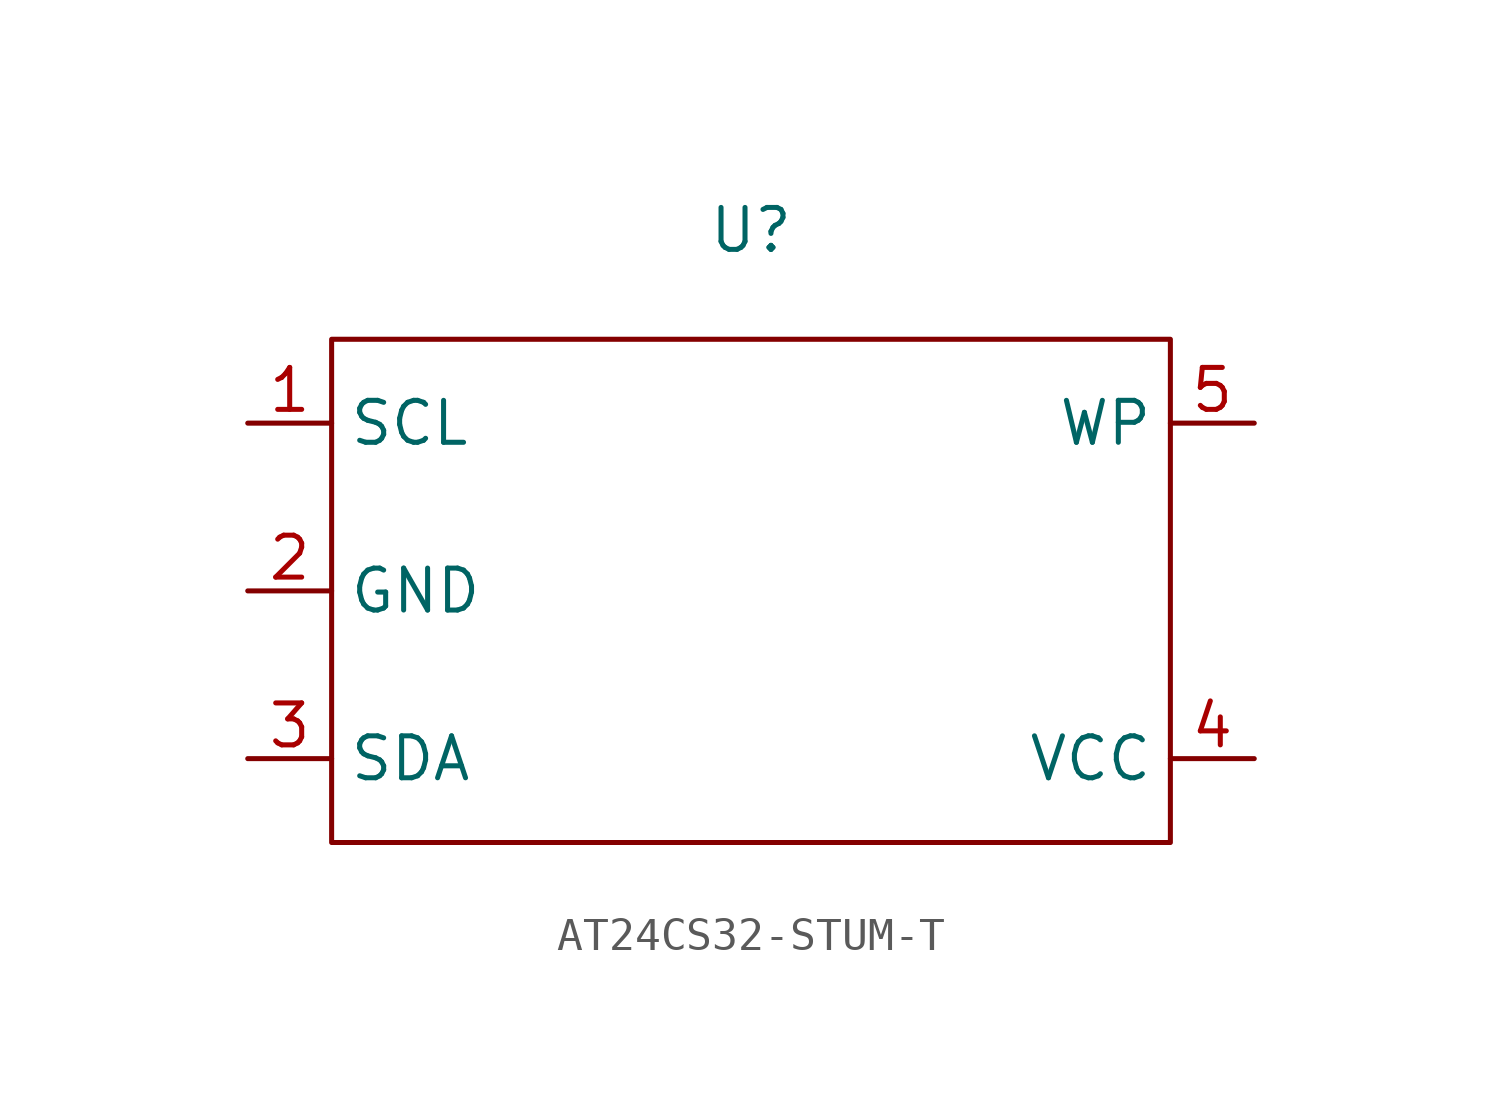
<source format=kicad_sym>
(kicad_symbol_lib
  (version 20241209)
  (generator "kicad_symbol_editor")
  (generator_version "9.0")
  (symbol "AT24CS32-STUM-T"
    (property "Reference" "U"
      (at 0 10.922 0)
      (effects (font (size 1.27 1.27))))
    (property "Value" ""
      (at 0 0 0)
      (effects (font (size 1.27 1.27))))
    (symbol "AT24CS32-STUM-T_0_1"
      (rectangle (start -12.7 7.62) (end 12.7 -7.62) (stroke (width 0) (type default)) (fill (type none))))
    (symbol "AT24CS32-STUM-T_1_1"
      (pin passive line (at -15.24 5.08 0) (length 2.54) (name "SCL" (effects (font (size 1.27 1.27)))) (number "1" (effects (font (size 1.27 1.27)))))
      (pin passive line (at -15.24 0 0) (length 2.54) (name "GND" (effects (font (size 1.27 1.27)))) (number "2" (effects (font (size 1.27 1.27)))))
      (pin passive line (at -15.24 -5.08 0) (length 2.54) (name "SDA" (effects (font (size 1.27 1.27)))) (number "3" (effects (font (size 1.27 1.27)))))
      (pin passive line (at 15.24 5.08 180) (length 2.54) (name "WP" (effects (font (size 1.27 1.27)))) (number "5" (effects (font (size 1.27 1.27)))))
      (pin passive line (at 15.24 -5.08 180) (length 2.54) (name "VCC" (effects (font (size 1.27 1.27)))) (number "4" (effects (font (size 1.27 1.27))))))))
</source>
